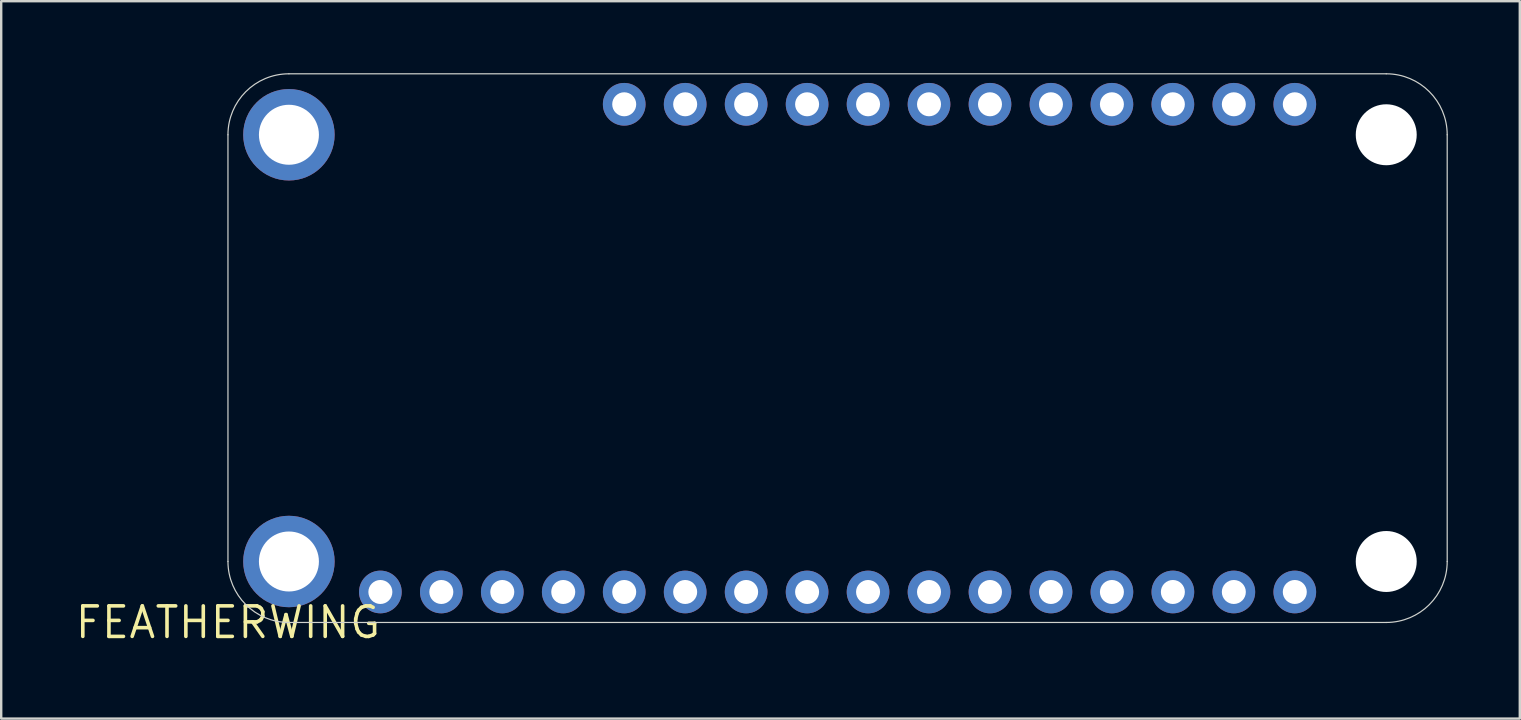
<source format=kicad_pcb>
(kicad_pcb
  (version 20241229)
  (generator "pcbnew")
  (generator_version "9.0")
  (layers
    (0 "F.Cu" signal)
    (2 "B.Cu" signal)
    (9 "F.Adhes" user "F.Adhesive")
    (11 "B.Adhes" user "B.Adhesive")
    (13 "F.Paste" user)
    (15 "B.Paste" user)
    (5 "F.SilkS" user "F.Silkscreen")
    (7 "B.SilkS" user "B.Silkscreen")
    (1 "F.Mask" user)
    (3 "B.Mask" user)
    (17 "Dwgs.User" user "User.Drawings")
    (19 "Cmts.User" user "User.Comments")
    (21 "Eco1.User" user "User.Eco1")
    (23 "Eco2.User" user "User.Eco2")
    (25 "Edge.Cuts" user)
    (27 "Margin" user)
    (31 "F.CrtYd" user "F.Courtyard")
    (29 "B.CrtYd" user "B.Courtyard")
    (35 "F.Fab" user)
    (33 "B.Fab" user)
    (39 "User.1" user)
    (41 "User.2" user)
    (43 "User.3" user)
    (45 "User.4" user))
  (footprint "FEATHERWING"
    (layer "F.Cu")
    (at 6.448 22.885)
    (property "Reference" "FEATHERWING" (at 0 0 0) (layer "F.SilkS") (effects (font (size 1.27 1.27) (thickness 0.15))))
    (attr through_hole)
    (fp_line (start 0 -20.32) (end 0 -2.54) (stroke (width 0.05) (type solid)) (layer "Edge.Cuts"))
    (fp_line (start 2.54 0) (end 48.26 0) (stroke (width 0.05) (type solid)) (layer "Edge.Cuts"))
    (fp_line (start 48.26 -22.86) (end 2.54 -22.86) (stroke (width 0.05) (type solid)) (layer "Edge.Cuts"))
    (fp_line (start 50.8 -2.54) (end 50.8 -20.32) (stroke (width 0.05) (type solid)) (layer "Edge.Cuts"))
    (fp_arc (start 0 -20.32) (mid 0.743949 -22.116051) (end 2.54 -22.86) (stroke (width 0.05) (type solid)) (layer "Edge.Cuts"))
    (fp_arc (start 2.54 0) (mid 0.743949 -0.743949) (end 0 -2.54) (stroke (width 0.05) (type solid)) (layer "Edge.Cuts"))
    (fp_arc (start 48.26 -22.86) (mid 50.056051 -22.116051) (end 50.8 -20.32) (stroke (width 0.05) (type solid)) (layer "Edge.Cuts"))
    (fp_arc (start 50.8 -2.54) (mid 50.056051 -0.743949) (end 48.26 0) (stroke (width 0.05) (type solid)) (layer "Edge.Cuts"))
    (pad "" np_thru_hole circle (at 48.26 -20.32) (size 2.54 2.54) (drill 2.54) (layers "*.Cu" "*.Mask"))
    (pad "" np_thru_hole circle (at 48.26 -2.54) (size 2.54 2.54) (drill 2.54) (layers "*.Cu" "*.Mask"))
    (pad "1" thru_hole circle (at 6.35 -1.27) (size 1.778 1.778) (drill 1) (layers "*.Cu" "*.Mask"))
    (pad "2" thru_hole circle (at 8.89 -1.27) (size 1.778 1.778) (drill 1) (layers "*.Cu" "*.Mask"))
    (pad "3" thru_hole circle (at 11.43 -1.27) (size 1.778 1.778) (drill 1) (layers "*.Cu" "*.Mask"))
    (pad "4" thru_hole circle (at 13.97 -1.27) (size 1.778 1.778) (drill 1) (layers "*.Cu" "*.Mask"))
    (pad "5" thru_hole circle (at 16.51 -1.27) (size 1.778 1.778) (drill 1) (layers "*.Cu" "*.Mask"))
    (pad "6" thru_hole circle (at 19.05 -1.27) (size 1.778 1.778) (drill 1) (layers "*.Cu" "*.Mask"))
    (pad "7" thru_hole circle (at 21.59 -1.27) (size 1.778 1.778) (drill 1) (layers "*.Cu" "*.Mask"))
    (pad "8" thru_hole circle (at 24.13 -1.27) (size 1.778 1.778) (drill 1) (layers "*.Cu" "*.Mask"))
    (pad "9" thru_hole circle (at 26.67 -1.27) (size 1.778 1.778) (drill 1) (layers "*.Cu" "*.Mask"))
    (pad "10" thru_hole circle (at 29.21 -1.27) (size 1.778 1.778) (drill 1) (layers "*.Cu" "*.Mask"))
    (pad "11" thru_hole circle (at 31.75 -1.27) (size 1.778 1.778) (drill 1) (layers "*.Cu" "*.Mask"))
    (pad "12" thru_hole circle (at 34.29 -1.27) (size 1.778 1.778) (drill 1) (layers "*.Cu" "*.Mask"))
    (pad "13" thru_hole circle (at 36.83 -1.27) (size 1.778 1.778) (drill 1) (layers "*.Cu" "*.Mask"))
    (pad "14" thru_hole circle (at 39.37 -1.27) (size 1.778 1.778) (drill 1) (layers "*.Cu" "*.Mask"))
    (pad "15" thru_hole circle (at 41.91 -1.27) (size 1.778 1.778) (drill 1) (layers "*.Cu" "*.Mask"))
    (pad "16" thru_hole circle (at 44.45 -1.27) (size 1.778 1.778) (drill 1) (layers "*.Cu" "*.Mask"))
    (pad "17" thru_hole circle (at 44.45 -21.59) (size 1.778 1.778) (drill 1) (layers "*.Cu" "*.Mask"))
    (pad "18" thru_hole circle (at 41.91 -21.59) (size 1.778 1.778) (drill 1) (layers "*.Cu" "*.Mask"))
    (pad "19" thru_hole circle (at 39.37 -21.59) (size 1.778 1.778) (drill 1) (layers "*.Cu" "*.Mask"))
    (pad "20" thru_hole circle (at 36.83 -21.59) (size 1.778 1.778) (drill 1) (layers "*.Cu" "*.Mask"))
    (pad "21" thru_hole circle (at 34.29 -21.59) (size 1.778 1.778) (drill 1) (layers "*.Cu" "*.Mask"))
    (pad "22" thru_hole circle (at 31.75 -21.59) (size 1.778 1.778) (drill 1) (layers "*.Cu" "*.Mask"))
    (pad "23" thru_hole circle (at 29.21 -21.59) (size 1.778 1.778) (drill 1) (layers "*.Cu" "*.Mask"))
    (pad "24" thru_hole circle (at 26.67 -21.59) (size 1.778 1.778) (drill 1) (layers "*.Cu" "*.Mask"))
    (pad "25" thru_hole circle (at 24.13 -21.59) (size 1.778 1.778) (drill 1) (layers "*.Cu" "*.Mask"))
    (pad "26" thru_hole circle (at 21.59 -21.59) (size 1.778 1.778) (drill 1) (layers "*.Cu" "*.Mask"))
    (pad "27" thru_hole circle (at 19.05 -21.59) (size 1.778 1.778) (drill 1) (layers "*.Cu" "*.Mask"))
    (pad "28" thru_hole circle (at 16.51 -21.59) (size 1.778 1.778) (drill 1) (layers "*.Cu" "*.Mask"))
    (pad "P$1" thru_hole circle (at 2.54 -20.32) (size 3.81 3.81) (drill 2.5) (layers "*.Cu" "*.Mask"))
    (pad "P$2" thru_hole circle (at 2.54 -2.54) (size 3.81 3.81) (drill 2.5) (layers "*.Cu" "*.Mask")))
  (gr_rect
    (start -3 -3)
    (end 60.273 26.891)
    (stroke (width 0.1) (type default))
    (fill no)
    (layer "Edge.Cuts")))
</source>
